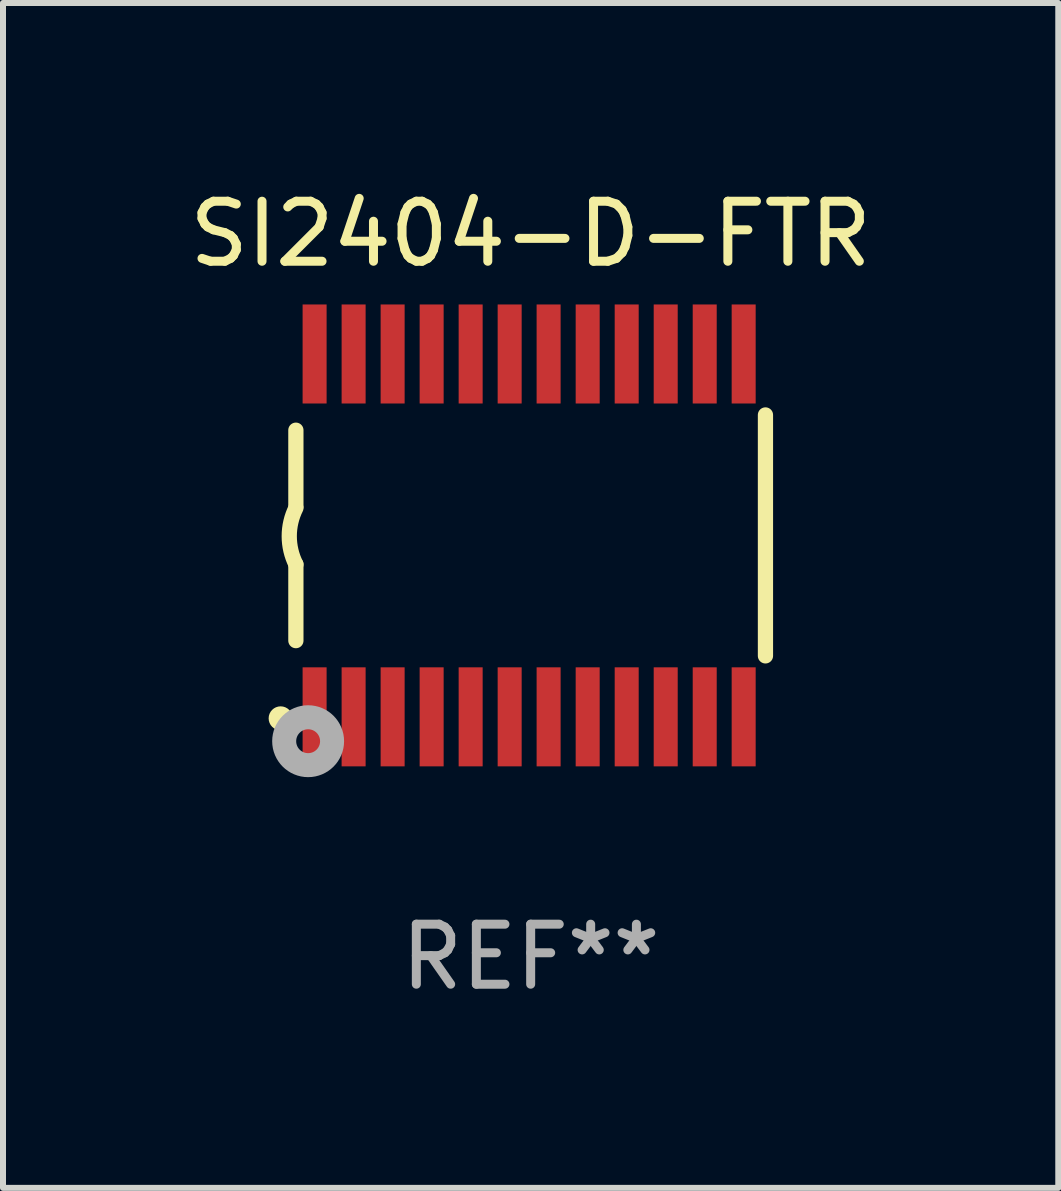
<source format=kicad_pcb>
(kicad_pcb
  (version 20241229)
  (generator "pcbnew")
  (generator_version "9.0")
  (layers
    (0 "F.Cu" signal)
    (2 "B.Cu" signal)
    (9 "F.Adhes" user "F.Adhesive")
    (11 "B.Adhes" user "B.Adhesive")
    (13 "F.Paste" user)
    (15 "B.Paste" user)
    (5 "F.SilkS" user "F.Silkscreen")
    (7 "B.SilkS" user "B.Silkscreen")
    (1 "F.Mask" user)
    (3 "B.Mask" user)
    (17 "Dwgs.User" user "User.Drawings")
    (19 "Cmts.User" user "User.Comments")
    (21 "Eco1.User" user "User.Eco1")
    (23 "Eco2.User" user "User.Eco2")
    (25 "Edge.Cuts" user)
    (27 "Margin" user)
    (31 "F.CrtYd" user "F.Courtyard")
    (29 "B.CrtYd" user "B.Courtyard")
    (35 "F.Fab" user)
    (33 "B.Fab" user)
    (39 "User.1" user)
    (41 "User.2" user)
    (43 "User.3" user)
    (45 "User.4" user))
  (footprint "SI2404-D-FTR"
    (layer "F.Cu")
    (at 5.792 5.871)
    (property "Reference" "SI2404-D-FTR" (at 0 -5.023 0) (layer "F.SilkS") (effects (font (size 1 1) (thickness 0.15))))
    (attr through_hole)
    (fp_line (start -3.912 -0.483) (end -3.912 -1.753) (stroke (width 0.254) (type solid)) (layer "F.SilkS"))
    (fp_line (start -3.912 1.753) (end -3.912 0.483) (stroke (width 0.254) (type solid)) (layer "F.SilkS"))
    (fp_line (start 3.912 -2.007) (end 3.912 2.007) (stroke (width 0.254) (type solid)) (layer "F.SilkS"))
    (fp_arc (start -3.911608 0.482601) (mid -4.022537 0.0127) (end -3.911608 -0.457201) (stroke (width 0.254001) (type solid)) (layer "F.SilkS"))
    (fp_circle (center -4.166 3.048) (end -4.066 3.048) (stroke (width 0.2) (type solid)) (fill no) (layer "F.SilkS"))
    (fp_circle (center -3.925 3.186) (end -3.895 3.186) (stroke (width 0.06) (type solid)) (fill no) (layer "F.SilkS"))
    (fp_circle (center -3.708 3.429) (end -3.509 3.429) (stroke (width 0.4) (type solid)) (fill no) (layer "F.Fab"))
    (fp_text user "REF**" (at 0 7.023 0) (layer "F.Fab") (effects (font (size 1 1) (thickness 0.15))))
    (pad "1" smd rect (at -3.6 3.023) (size 0.4 1.65) (layers "F.Cu" "F.Mask" "F.Paste"))
    (pad "2" smd rect (at -2.95 3.023) (size 0.4 1.65) (layers "F.Cu" "F.Mask" "F.Paste"))
    (pad "3" smd rect (at -2.3 3.023) (size 0.4 1.65) (layers "F.Cu" "F.Mask" "F.Paste"))
    (pad "4" smd rect (at -1.65 3.023) (size 0.4 1.65) (layers "F.Cu" "F.Mask" "F.Paste"))
    (pad "5" smd rect (at -1 3.023) (size 0.4 1.65) (layers "F.Cu" "F.Mask" "F.Paste"))
    (pad "6" smd rect (at -0.35 3.023) (size 0.4 1.65) (layers "F.Cu" "F.Mask" "F.Paste"))
    (pad "7" smd rect (at 0.299 3.023) (size 0.4 1.65) (layers "F.Cu" "F.Mask" "F.Paste"))
    (pad "8" smd rect (at 0.95 3.023) (size 0.4 1.65) (layers "F.Cu" "F.Mask" "F.Paste"))
    (pad "9" smd rect (at 1.6 3.023) (size 0.4 1.65) (layers "F.Cu" "F.Mask" "F.Paste"))
    (pad "10" smd rect (at 2.25 3.023) (size 0.4 1.65) (layers "F.Cu" "F.Mask" "F.Paste"))
    (pad "11" smd rect (at 2.9 3.023) (size 0.4 1.65) (layers "F.Cu" "F.Mask" "F.Paste"))
    (pad "12" smd rect (at 3.549 3.023) (size 0.4 1.65) (layers "F.Cu" "F.Mask" "F.Paste"))
    (pad "13" smd rect (at 3.549 -3.023) (size 0.4 1.65) (layers "F.Cu" "F.Mask" "F.Paste"))
    (pad "14" smd rect (at 2.9 -3.023) (size 0.4 1.65) (layers "F.Cu" "F.Mask" "F.Paste"))
    (pad "15" smd rect (at 2.25 -3.023) (size 0.4 1.65) (layers "F.Cu" "F.Mask" "F.Paste"))
    (pad "16" smd rect (at 1.6 -3.023) (size 0.4 1.65) (layers "F.Cu" "F.Mask" "F.Paste"))
    (pad "17" smd rect (at 0.95 -3.023) (size 0.4 1.65) (layers "F.Cu" "F.Mask" "F.Paste"))
    (pad "18" smd rect (at 0.299 -3.023) (size 0.4 1.65) (layers "F.Cu" "F.Mask" "F.Paste"))
    (pad "19" smd rect (at -0.35 -3.023) (size 0.4 1.65) (layers "F.Cu" "F.Mask" "F.Paste"))
    (pad "20" smd rect (at -1 -3.023) (size 0.4 1.65) (layers "F.Cu" "F.Mask" "F.Paste"))
    (pad "21" smd rect (at -1.65 -3.023) (size 0.4 1.65) (layers "F.Cu" "F.Mask" "F.Paste"))
    (pad "22" smd rect (at -2.3 -3.023) (size 0.4 1.65) (layers "F.Cu" "F.Mask" "F.Paste"))
    (pad "23" smd rect (at -2.95 -3.023) (size 0.4 1.65) (layers "F.Cu" "F.Mask" "F.Paste"))
    (pad "24" smd rect (at -3.6 -3.023) (size 0.4 1.65) (layers "F.Cu" "F.Mask" "F.Paste")))
  (gr_rect
    (start -3 -3)
    (end 14.583 16.742)
    (stroke (width 0.1) (type default))
    (fill no)
    (layer "Edge.Cuts")))
</source>
